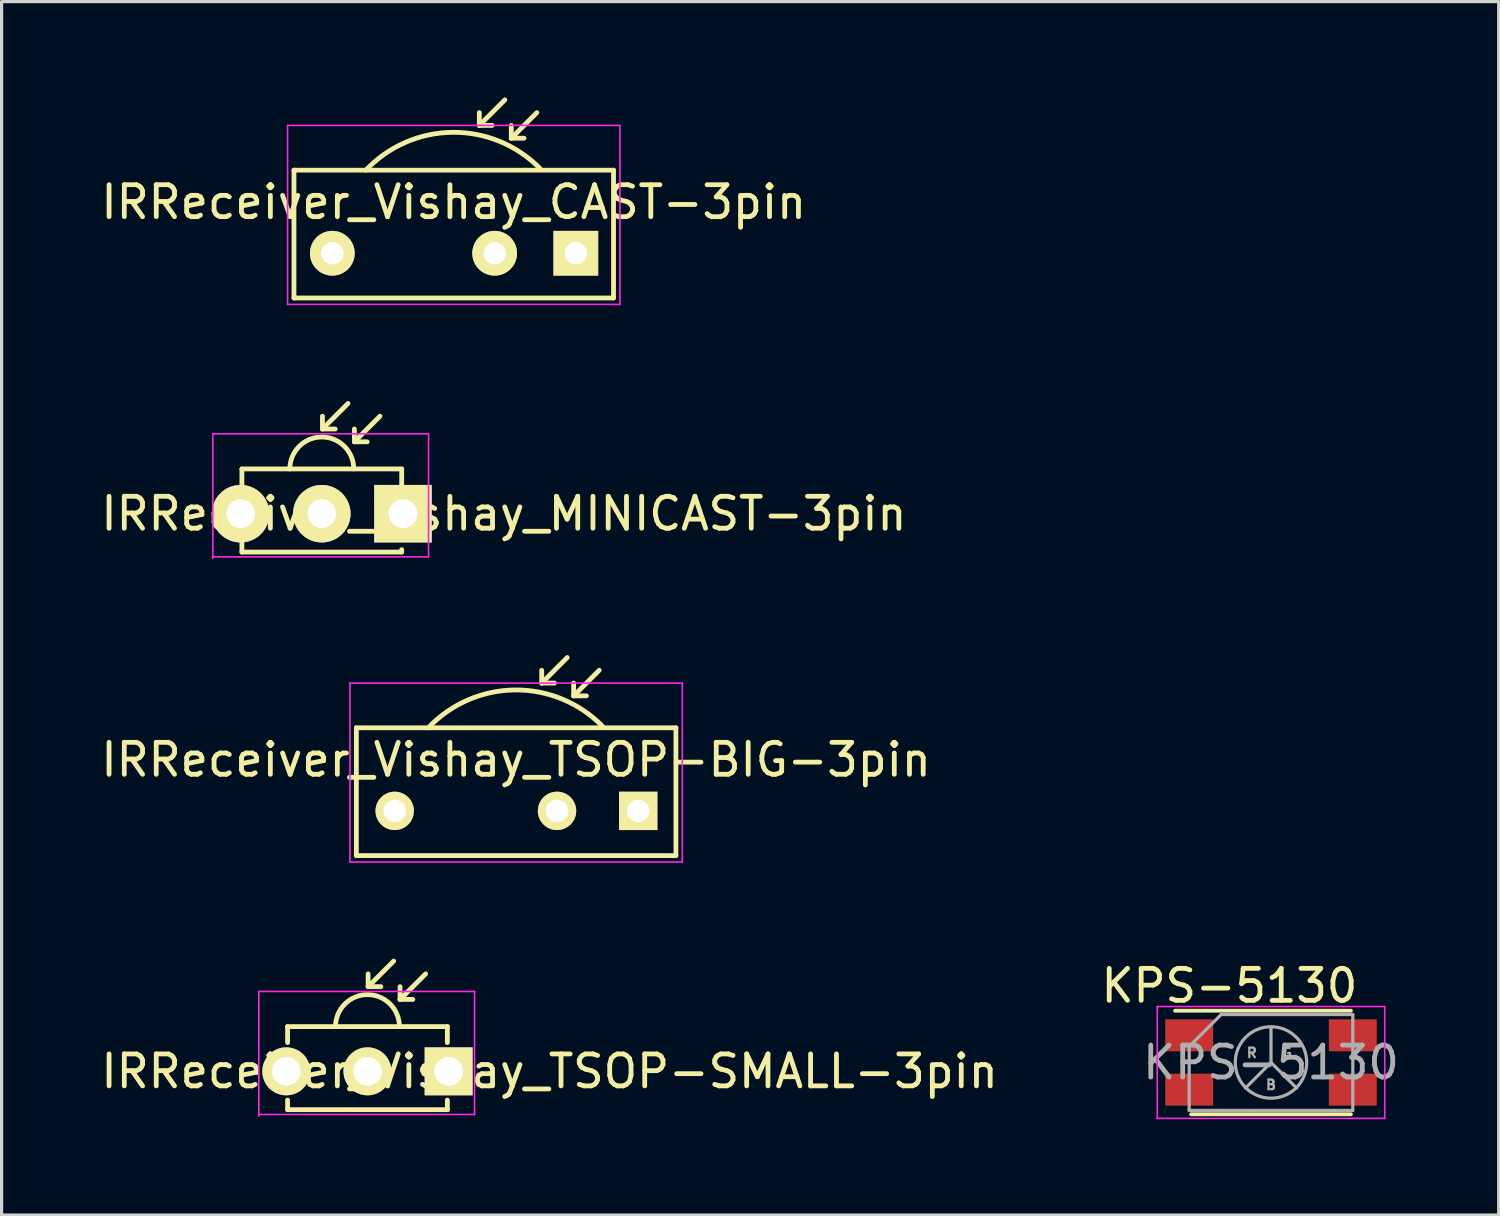
<source format=kicad_pcb>
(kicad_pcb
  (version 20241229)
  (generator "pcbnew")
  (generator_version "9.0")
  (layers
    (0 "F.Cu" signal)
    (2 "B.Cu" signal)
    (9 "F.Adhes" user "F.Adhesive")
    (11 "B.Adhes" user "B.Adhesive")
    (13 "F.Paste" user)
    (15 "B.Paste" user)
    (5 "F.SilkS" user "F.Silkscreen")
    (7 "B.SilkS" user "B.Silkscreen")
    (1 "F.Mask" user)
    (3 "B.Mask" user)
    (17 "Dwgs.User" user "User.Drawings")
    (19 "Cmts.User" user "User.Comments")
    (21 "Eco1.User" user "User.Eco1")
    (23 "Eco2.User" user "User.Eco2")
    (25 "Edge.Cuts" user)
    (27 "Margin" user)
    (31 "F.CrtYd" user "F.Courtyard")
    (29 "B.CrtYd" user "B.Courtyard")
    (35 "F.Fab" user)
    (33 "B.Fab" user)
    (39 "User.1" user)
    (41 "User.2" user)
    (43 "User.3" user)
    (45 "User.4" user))
  (footprint "KPS-5130"
    (layer "F.Cu")
    (at 36.723 30.198)
    (property "Reference" "KPS-5130" (at -1.3 -2.4 0) (layer "F.SilkS") (effects (font (size 1 1) (thickness 0.15))))
    (attr smd)
    (fp_line (start -3 -1.62) (end 2.5 -1.62) (stroke (width 0.12) (type solid)) (layer "F.SilkS"))
    (fp_line (start 2.5 1.62) (end -2.5 1.62) (stroke (width 0.12) (type solid)) (layer "F.SilkS"))
    (fp_line (start -3.56 -1.75) (end -3.56 1.75) (stroke (width 0.05) (type solid)) (layer "F.CrtYd"))
    (fp_line (start -3.56 -1.75) (end 3.56 -1.75) (stroke (width 0.05) (type solid)) (layer "F.CrtYd"))
    (fp_line (start 3.56 1.75) (end -3.56 1.75) (stroke (width 0.05) (type solid)) (layer "F.CrtYd"))
    (fp_line (start 3.56 1.75) (end 3.56 -1.75) (stroke (width 0.05) (type solid)) (layer "F.CrtYd"))
    (fp_line (start -2.56 -0.5) (end -2.56 1.5) (stroke (width 0.1) (type solid)) (layer "F.Fab"))
    (fp_line (start -2.56 -0.5) (end -1.56 -1.5) (stroke (width 0.1) (type solid)) (layer "F.Fab"))
    (fp_line (start -2.56 1.5) (end 2.56 1.5) (stroke (width 0.1) (type solid)) (layer "F.Fab"))
    (fp_line (start 0 0) (end -0.8 0.8) (stroke (width 0.1) (type solid)) (layer "F.Fab"))
    (fp_line (start 0 0) (end 0 -1.1) (stroke (width 0.1) (type solid)) (layer "F.Fab"))
    (fp_line (start 0 0) (end 0.8 0.8) (stroke (width 0.1) (type solid)) (layer "F.Fab"))
    (fp_line (start 2.56 -1.5) (end -1.56 -1.5) (stroke (width 0.1) (type solid)) (layer "F.Fab"))
    (fp_line (start 2.56 1.5) (end 2.56 -1.5) (stroke (width 0.1) (type solid)) (layer "F.Fab"))
    (fp_circle (center 0 0) (end 1 0.5) (stroke (width 0.1) (type solid)) (fill no) (layer "F.Fab"))
    (fp_text user "${REFERENCE}" (at 0 0 0) (layer "F.Fab") (effects (font (size 1 1) (thickness 0.15))))
    (fp_text user "G" (at 0.5 -0.3 0) (layer "F.Fab") (effects (font (size 0.3 0.3) (thickness 0.07))))
    (fp_text user "R" (at -0.6 -0.3 0) (layer "F.Fab") (effects (font (size 0.3 0.3) (thickness 0.07))))
    (fp_text user "B" (at 0 0.7 0) (layer "F.Fab") (effects (font (size 0.3 0.3) (thickness 0.07))))
    (pad "1" smd rect (at -2.56 -0.85) (size 1.5 1) (layers "F.Cu" "F.Mask" "F.Paste"))
    (pad "2" smd rect (at 2.56 -0.85) (size 1.5 1) (layers "F.Cu" "F.Mask" "F.Paste"))
    (pad "3" smd rect (at -2.56 0.85) (size 1.5 1) (layers "F.Cu" "F.Mask" "F.Paste"))
    (pad "4" smd rect (at 2.56 0.85) (size 1.5 1) (layers "F.Cu" "F.Mask" "F.Paste")))
  (footprint "IRReceiver_Vishay_TSOP-BIG-3pin"
    (layer "F.Cu")
    (at 9.301 22.325)
    (property "Reference" "IRReceiver_Vishay_TSOP-BIG-3pin" (at 3.8 -1.6 0) (layer "F.SilkS") (effects (font (size 1 1) (thickness 0.15))))
    (attr through_hole)
    (fp_line (start -1.2 -2.6) (end 8.8 -2.6) (stroke (width 0.15) (type solid)) (layer "F.SilkS"))
    (fp_line (start -1.2 1.4) (end -1.2 -2.6) (stroke (width 0.15) (type solid)) (layer "F.SilkS"))
    (fp_line (start -1.2 1.4) (end 8.8 1.4) (stroke (width 0.15) (type solid)) (layer "F.SilkS"))
    (fp_line (start 4.6 -4) (end 4.6 -4.4) (stroke (width 0.15) (type solid)) (layer "F.SilkS"))
    (fp_line (start 4.6 -4) (end 5 -4) (stroke (width 0.15) (type solid)) (layer "F.SilkS"))
    (fp_line (start 4.6 -4) (end 5.4 -4.8) (stroke (width 0.15) (type solid)) (layer "F.SilkS"))
    (fp_line (start 5.6 -3.6) (end 5.6 -4) (stroke (width 0.15) (type solid)) (layer "F.SilkS"))
    (fp_line (start 5.6 -3.6) (end 6 -3.6) (stroke (width 0.15) (type solid)) (layer "F.SilkS"))
    (fp_line (start 5.6 -3.6) (end 6.4 -4.4) (stroke (width 0.15) (type solid)) (layer "F.SilkS"))
    (fp_line (start 8.8 -2.6) (end 8.8 1.4) (stroke (width 0.15) (type solid)) (layer "F.SilkS"))
    (fp_arc (start 1.05 -2.6) (mid 3.759973 -3.784296) (end 6.49439 -2.657586) (stroke (width 0.15) (type solid)) (layer "F.SilkS"))
    (fp_line (start -1.4 -4) (end 9 -4) (stroke (width 0.05) (type solid)) (layer "F.CrtYd"))
    (fp_line (start -1.4 1.6) (end -1.4 -4) (stroke (width 0.05) (type solid)) (layer "F.CrtYd"))
    (fp_line (start 9 -4) (end 9 1.6) (stroke (width 0.05) (type solid)) (layer "F.CrtYd"))
    (fp_line (start 9 1.6) (end -1.4 1.6) (stroke (width 0.05) (type solid)) (layer "F.CrtYd"))
    (pad "1" thru_hole rect (at 7.62 0 180) (size 1.2 1.2) (drill 0.701) (layers "*.Cu" "*.Mask" "F.SilkS"))
    (pad "2" thru_hole circle (at 5.08 0 180) (size 1.2 1.2) (drill 0.701) (layers "*.Cu" "*.Mask" "F.SilkS"))
    (pad "3" thru_hole circle (at 0 0 180) (size 1.2 1.2) (drill 0.701) (layers "*.Cu" "*.Mask" "F.SilkS")))
  (footprint "IRReceiver_Vishay_CAST-3pin"
    (layer "F.Cu")
    (at 14.969 4.875)
    (property "Reference" "IRReceiver_Vishay_CAST-3pin" (at -3.82 -1.6 0) (layer "F.SilkS") (effects (font (size 1 1) (thickness 0.15))))
    (attr through_hole)
    (fp_line (start -8.82 -2.6) (end 1.18 -2.6) (stroke (width 0.15) (type solid)) (layer "F.SilkS"))
    (fp_line (start -8.82 1.4) (end -8.82 -2.6) (stroke (width 0.15) (type solid)) (layer "F.SilkS"))
    (fp_line (start -8.82 1.4) (end 1.18 1.4) (stroke (width 0.15) (type solid)) (layer "F.SilkS"))
    (fp_line (start -3.02 -4) (end -3.02 -4.4) (stroke (width 0.15) (type solid)) (layer "F.SilkS"))
    (fp_line (start -3.02 -4) (end -2.62 -4) (stroke (width 0.15) (type solid)) (layer "F.SilkS"))
    (fp_line (start -3.02 -4) (end -2.22 -4.8) (stroke (width 0.15) (type solid)) (layer "F.SilkS"))
    (fp_line (start -2.02 -3.6) (end -2.02 -4) (stroke (width 0.15) (type solid)) (layer "F.SilkS"))
    (fp_line (start -2.02 -3.6) (end -1.62 -3.6) (stroke (width 0.15) (type solid)) (layer "F.SilkS"))
    (fp_line (start -2.02 -3.6) (end -1.22 -4.4) (stroke (width 0.15) (type solid)) (layer "F.SilkS"))
    (fp_line (start 1.18 -2.6) (end 1.18 1.4) (stroke (width 0.15) (type solid)) (layer "F.SilkS"))
    (fp_arc (start -6.57 -2.6) (mid -3.860027 -3.784296) (end -1.12561 -2.657586) (stroke (width 0.15) (type solid)) (layer "F.SilkS"))
    (fp_line (start -9.02 -4) (end 1.38 -4) (stroke (width 0.05) (type solid)) (layer "F.CrtYd"))
    (fp_line (start -9.02 1.6) (end -9.02 -4) (stroke (width 0.05) (type solid)) (layer "F.CrtYd"))
    (fp_line (start 1.38 -4) (end 1.38 1.6) (stroke (width 0.05) (type solid)) (layer "F.CrtYd"))
    (fp_line (start 1.38 1.6) (end -9.02 1.6) (stroke (width 0.05) (type solid)) (layer "F.CrtYd"))
    (pad "1" thru_hole rect (at 0 0 180) (size 1.4 1.4) (drill 0.701) (layers "*.Cu" "*.Mask" "F.SilkS"))
    (pad "2" thru_hole circle (at -2.54 0 180) (size 1.4 1.4) (drill 0.701) (layers "*.Cu" "*.Mask" "F.SilkS"))
    (pad "3" thru_hole circle (at -7.62 0 180) (size 1.4 1.4) (drill 0.701) (layers "*.Cu" "*.Mask" "F.SilkS")))
  (footprint "IRReceiver_Vishay_TSOP-SMALL-3pin"
    (layer "F.Cu")
    (at 10.989 30.475)
    (property "Reference" "IRReceiver_Vishay_TSOP-SMALL-3pin" (at 3.16 0 0) (layer "F.SilkS") (effects (font (size 1 1) (thickness 0.15))))
    (attr through_hole)
    (fp_line (start -5.04 -1.4) (end -5.04 -0.9) (stroke (width 0.15) (type solid)) (layer "F.SilkS"))
    (fp_line (start -5.04 -1.4) (end -0.04 -1.4) (stroke (width 0.15) (type solid)) (layer "F.SilkS"))
    (fp_line (start -5.04 1.2) (end -5.04 0.9) (stroke (width 0.15) (type solid)) (layer "F.SilkS"))
    (fp_line (start -5.04 1.2) (end -0.04 1.2) (stroke (width 0.15) (type solid)) (layer "F.SilkS"))
    (fp_line (start -2.52 -2.65) (end -2.52 -3.05) (stroke (width 0.15) (type solid)) (layer "F.SilkS"))
    (fp_line (start -2.52 -2.65) (end -2.12 -2.65) (stroke (width 0.15) (type solid)) (layer "F.SilkS"))
    (fp_line (start -2.52 -2.65) (end -1.72 -3.45) (stroke (width 0.15) (type solid)) (layer "F.SilkS"))
    (fp_line (start -1.52 -2.25) (end -1.52 -2.65) (stroke (width 0.15) (type solid)) (layer "F.SilkS"))
    (fp_line (start -1.52 -2.25) (end -1.12 -2.25) (stroke (width 0.15) (type solid)) (layer "F.SilkS"))
    (fp_line (start -1.52 -2.25) (end -0.72 -3.05) (stroke (width 0.15) (type solid)) (layer "F.SilkS"))
    (fp_line (start -0.04 -1.4) (end -0.04 -0.9) (stroke (width 0.15) (type solid)) (layer "F.SilkS"))
    (fp_line (start -0.04 1.2) (end -0.04 0.9) (stroke (width 0.15) (type solid)) (layer "F.SilkS"))
    (fp_arc (start -3.54 -1.4) (mid -2.54 -2.4) (end -1.54 -1.4) (stroke (width 0.15) (type solid)) (layer "F.SilkS"))
    (fp_line (start -5.94 -2.5) (end -5.94 1.4) (stroke (width 0.05) (type solid)) (layer "F.CrtYd"))
    (fp_line (start -5.94 1.35) (end 0.81 1.35) (stroke (width 0.05) (type solid)) (layer "F.CrtYd"))
    (fp_line (start 0.81 -2.5) (end -5.94 -2.5) (stroke (width 0.05) (type solid)) (layer "F.CrtYd"))
    (fp_line (start 0.81 1.35) (end 0.81 -2.5) (stroke (width 0.05) (type solid)) (layer "F.CrtYd"))
    (pad "1" thru_hole rect (at 0 0 180) (size 1.5 1.5) (drill 0.9) (layers "*.Cu" "*.Mask" "F.SilkS"))
    (pad "2" thru_hole circle (at -2.54 0 180) (size 1.5 1.5) (drill 0.9) (layers "*.Cu" "*.Mask" "F.SilkS"))
    (pad "3" thru_hole circle (at -5.08 0 180) (size 1.5 1.5) (drill 0.9) (layers "*.Cu" "*.Mask" "F.SilkS")))
  (footprint "IRReceiver_Vishay_MINICAST-3pin"
    (layer "F.Cu")
    (at 9.56 13.025)
    (property "Reference" "IRReceiver_Vishay_MINICAST-3pin" (at 3.16 0 0) (layer "F.SilkS") (effects (font (size 1 1) (thickness 0.15))))
    (attr through_hole)
    (fp_line (start -5.04 -1.4) (end -5.04 -0.9) (stroke (width 0.15) (type solid)) (layer "F.SilkS"))
    (fp_line (start -5.04 -1.4) (end -0.04 -1.4) (stroke (width 0.15) (type solid)) (layer "F.SilkS"))
    (fp_line (start -5.04 1.2) (end -5.04 0.9) (stroke (width 0.15) (type solid)) (layer "F.SilkS"))
    (fp_line (start -5.04 1.2) (end -0.04 1.2) (stroke (width 0.15) (type solid)) (layer "F.SilkS"))
    (fp_line (start -2.52 -2.65) (end -2.52 -3.05) (stroke (width 0.15) (type solid)) (layer "F.SilkS"))
    (fp_line (start -2.52 -2.65) (end -2.12 -2.65) (stroke (width 0.15) (type solid)) (layer "F.SilkS"))
    (fp_line (start -2.52 -2.65) (end -1.72 -3.45) (stroke (width 0.15) (type solid)) (layer "F.SilkS"))
    (fp_line (start -1.52 -2.25) (end -1.52 -2.65) (stroke (width 0.15) (type solid)) (layer "F.SilkS"))
    (fp_line (start -1.52 -2.25) (end -1.12 -2.25) (stroke (width 0.15) (type solid)) (layer "F.SilkS"))
    (fp_line (start -1.52 -2.25) (end -0.72 -3.05) (stroke (width 0.15) (type solid)) (layer "F.SilkS"))
    (fp_line (start -0.04 -1.4) (end -0.04 -0.9) (stroke (width 0.15) (type solid)) (layer "F.SilkS"))
    (fp_line (start -0.04 1.125) (end -0.04 1.2) (stroke (width 0.15) (type solid)) (layer "F.SilkS"))
    (fp_arc (start -3.54 -1.4) (mid -2.54 -2.4) (end -1.54 -1.4) (stroke (width 0.15) (type solid)) (layer "F.SilkS"))
    (fp_line (start -5.95 -2.5) (end -5.95 1.4) (stroke (width 0.05) (type solid)) (layer "F.CrtYd"))
    (fp_line (start -5.95 1.35) (end 0.8 1.35) (stroke (width 0.05) (type solid)) (layer "F.CrtYd"))
    (fp_line (start 0.8 -2.5) (end -5.95 -2.5) (stroke (width 0.05) (type solid)) (layer "F.CrtYd"))
    (fp_line (start 0.8 1.35) (end 0.8 -2.5) (stroke (width 0.05) (type solid)) (layer "F.CrtYd"))
    (pad "1" thru_hole rect (at 0 0 180) (size 1.8 1.8) (drill 0.9) (layers "*.Cu" "*.Mask" "F.SilkS"))
    (pad "2" thru_hole circle (at -2.54 0 180) (size 1.8 1.8) (drill 0.9) (layers "*.Cu" "*.Mask" "F.SilkS"))
    (pad "3" thru_hole circle (at -5.08 0 180) (size 1.8 1.8) (drill 0.9) (layers "*.Cu" "*.Mask" "F.SilkS")))
  (gr_rect
    (start -3 -3)
    (end 43.848 34.973)
    (stroke (width 0.1) (type default))
    (fill no)
    (layer "Edge.Cuts")))
</source>
